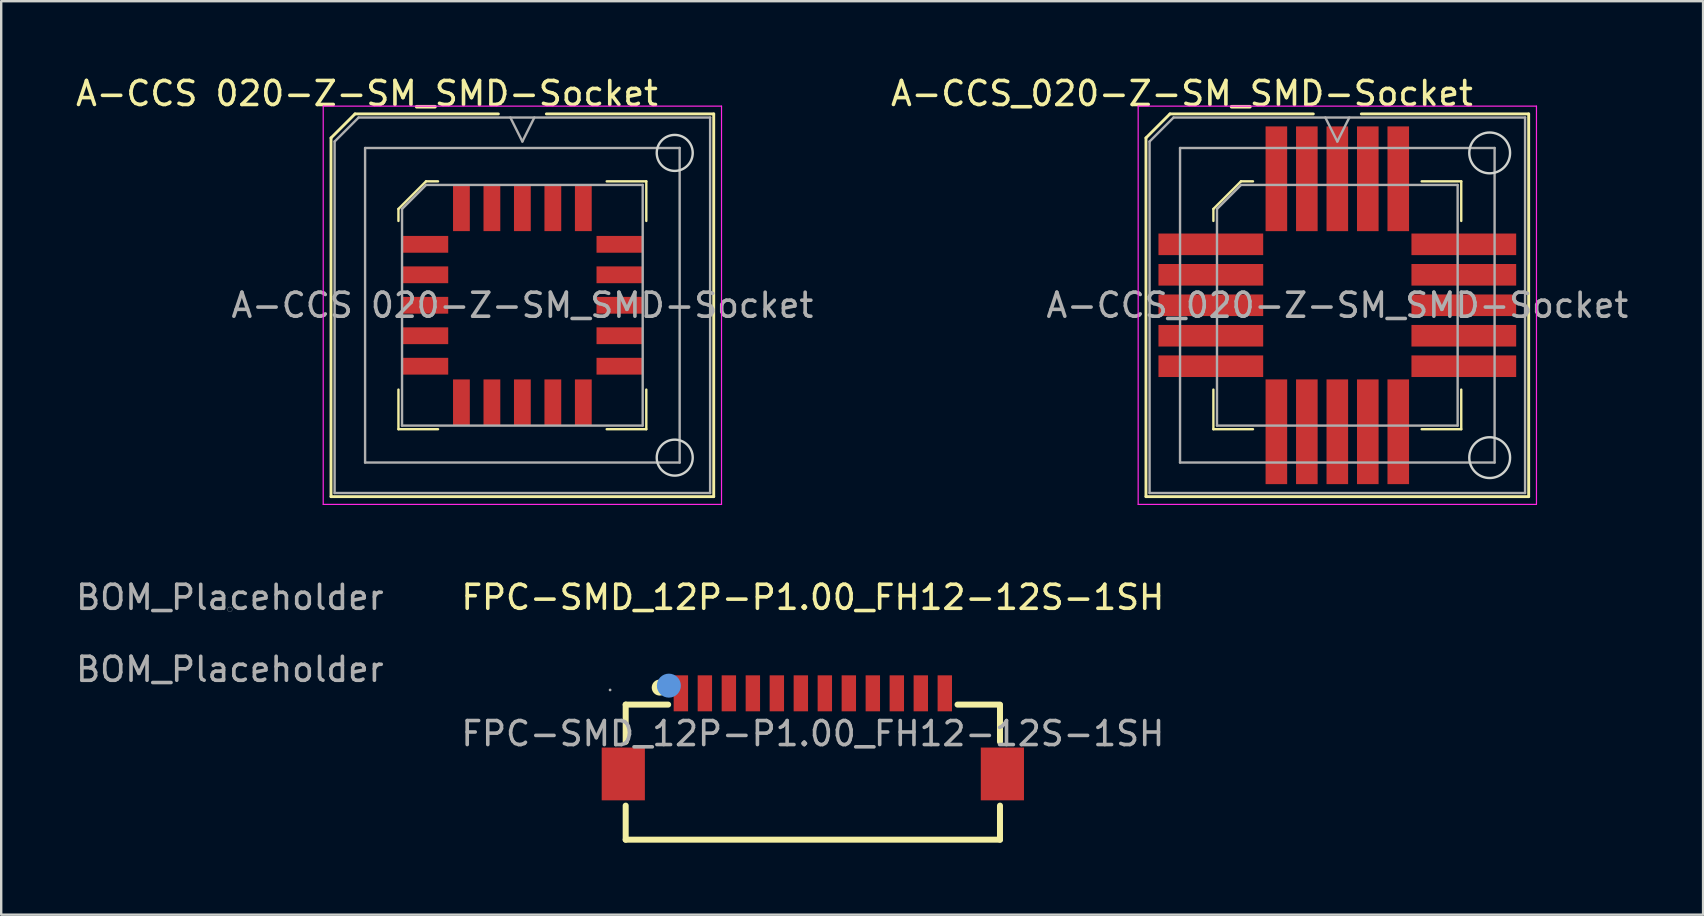
<source format=kicad_pcb>
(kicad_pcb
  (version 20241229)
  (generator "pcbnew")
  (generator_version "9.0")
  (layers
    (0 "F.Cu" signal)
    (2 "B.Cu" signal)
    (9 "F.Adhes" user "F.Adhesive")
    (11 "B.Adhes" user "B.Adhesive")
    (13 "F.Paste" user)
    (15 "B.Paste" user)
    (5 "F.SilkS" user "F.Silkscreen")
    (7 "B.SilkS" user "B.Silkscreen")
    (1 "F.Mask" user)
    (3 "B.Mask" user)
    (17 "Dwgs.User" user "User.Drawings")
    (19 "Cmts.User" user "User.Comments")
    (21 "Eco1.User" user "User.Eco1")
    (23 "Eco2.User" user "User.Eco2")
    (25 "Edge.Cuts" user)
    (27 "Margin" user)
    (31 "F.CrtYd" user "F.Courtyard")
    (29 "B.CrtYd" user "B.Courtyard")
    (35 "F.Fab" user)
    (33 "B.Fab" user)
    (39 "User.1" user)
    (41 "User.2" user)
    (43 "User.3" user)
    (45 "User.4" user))
  (footprint "FPC-SMD_12P-P1.00_FH12-12S-1SH"
    (layer "F.Cu")
    (at 30.827 27.526)
    (property "Reference" "FPC-SMD_12P-P1.00_FH12-12S-1SH" (at 0 -5.68 0) (layer "F.SilkS") (effects (font (size 1 1) (thickness 0.15))))
    (attr through_hole)
    (fp_line (start -7.8 -1.21) (end -6.03 -1.21) (stroke (width 0.25) (type solid)) (layer "F.SilkS"))
    (fp_line (start -7.8 0.34) (end -7.8 -1.21) (stroke (width 0.25) (type solid)) (layer "F.SilkS"))
    (fp_line (start -7.8 4.42) (end -7.8 3) (stroke (width 0.25) (type solid)) (layer "F.SilkS"))
    (fp_line (start 6.03 -1.21) (end 7.8 -1.21) (stroke (width 0.25) (type solid)) (layer "F.SilkS"))
    (fp_line (start 7.8 -1.18) (end 7.8 0.34) (stroke (width 0.25) (type solid)) (layer "F.SilkS"))
    (fp_line (start 7.8 3) (end 7.8 4.42) (stroke (width 0.25) (type solid)) (layer "F.SilkS"))
    (fp_line (start 7.8 4.42) (end -7.8 4.42) (stroke (width 0.25) (type solid)) (layer "F.SilkS"))
    (fp_circle (center -6.38 -1.92) (end -6.17 -1.92) (stroke (width 0.25) (type solid)) (fill no) (layer "F.SilkS"))
    (fp_circle (center -6 -2) (end -5.75 -2) (stroke (width 0.5) (type solid)) (fill no) (layer "Cmts.User"))
    (fp_circle (center -8.45 -1.82) (end -8.42 -1.82) (stroke (width 0.06) (type solid)) (fill no) (layer "F.Fab"))
    (fp_text user "${REFERENCE}" (at 0 0 0) (layer "F.Fab") (effects (font (size 1 1) (thickness 0.15))))
    (pad "1" smd rect (at -5.5 -1.68) (size 0.6 1.5) (layers "F.Cu" "F.Mask" "F.Paste"))
    (pad "2" smd rect (at -4.5 -1.68) (size 0.6 1.5) (layers "F.Cu" "F.Mask" "F.Paste"))
    (pad "3" smd rect (at -3.5 -1.68) (size 0.6 1.5) (layers "F.Cu" "F.Mask" "F.Paste"))
    (pad "4" smd rect (at -2.5 -1.68) (size 0.6 1.5) (layers "F.Cu" "F.Mask" "F.Paste"))
    (pad "5" smd rect (at -1.5 -1.68) (size 0.6 1.5) (layers "F.Cu" "F.Mask" "F.Paste"))
    (pad "6" smd rect (at -0.5 -1.68) (size 0.6 1.5) (layers "F.Cu" "F.Mask" "F.Paste"))
    (pad "7" smd rect (at 0.5 -1.68) (size 0.6 1.5) (layers "F.Cu" "F.Mask" "F.Paste"))
    (pad "8" smd rect (at 1.5 -1.68) (size 0.6 1.5) (layers "F.Cu" "F.Mask" "F.Paste"))
    (pad "9" smd rect (at 2.5 -1.68) (size 0.6 1.5) (layers "F.Cu" "F.Mask" "F.Paste"))
    (pad "10" smd rect (at 3.5 -1.68) (size 0.6 1.5) (layers "F.Cu" "F.Mask" "F.Paste"))
    (pad "11" smd rect (at 4.5 -1.68) (size 0.6 1.5) (layers "F.Cu" "F.Mask" "F.Paste"))
    (pad "12" smd rect (at 5.5 -1.68) (size 0.6 1.5) (layers "F.Cu" "F.Mask" "F.Paste"))
    (pad "13" smd rect (at 7.9 1.68) (size 1.8 2.2) (layers "F.Cu" "F.Mask" "F.Paste"))
    (pad "14" smd rect (at -7.9 1.68) (size 1.8 2.2) (layers "F.Cu" "F.Mask" "F.Paste")))
  (footprint "A-CCS_020-Z-SM_SMD-Socket"
    (layer "F.Cu")
    (at 52.686 9.673)
    (property "Reference" "A-CCS_020-Z-SM_SMD-Socket" (at -6.477 -8.825 0) (layer "F.SilkS") (effects (font (size 1 1) (thickness 0.15))))
    (attr smd)
    (fp_line (start -7.975 -6.975) (end -7.975 7.975) (stroke (width 0.12) (type solid)) (layer "F.SilkS"))
    (fp_line (start -7.975 7.975) (end 7.975 7.975) (stroke (width 0.12) (type solid)) (layer "F.SilkS"))
    (fp_line (start -6.975 -7.975) (end -7.975 -6.975) (stroke (width 0.12) (type solid)) (layer "F.SilkS"))
    (fp_line (start -5.165 -4.015) (end -5.165 -3.515) (stroke (width 0.1) (type solid)) (layer "F.SilkS"))
    (fp_line (start -5.165 5.165) (end -5.165 3.515) (stroke (width 0.1) (type solid)) (layer "F.SilkS"))
    (fp_line (start -4.015 -5.165) (end -5.165 -4.015) (stroke (width 0.1) (type solid)) (layer "F.SilkS"))
    (fp_line (start -3.515 -5.165) (end -4.015 -5.165) (stroke (width 0.1) (type solid)) (layer "F.SilkS"))
    (fp_line (start -3.515 5.165) (end -5.165 5.165) (stroke (width 0.1) (type solid)) (layer "F.SilkS"))
    (fp_line (start -1 -7.975) (end -6.975 -7.975) (stroke (width 0.12) (type solid)) (layer "F.SilkS"))
    (fp_line (start 3.515 -5.165) (end 5.165 -5.165) (stroke (width 0.1) (type solid)) (layer "F.SilkS"))
    (fp_line (start 3.515 5.165) (end 5.165 5.165) (stroke (width 0.1) (type solid)) (layer "F.SilkS"))
    (fp_line (start 5.165 -5.165) (end 5.165 -3.515) (stroke (width 0.1) (type solid)) (layer "F.SilkS"))
    (fp_line (start 5.165 5.165) (end 5.165 3.515) (stroke (width 0.1) (type solid)) (layer "F.SilkS"))
    (fp_line (start 7.975 -7.975) (end 1 -7.975) (stroke (width 0.12) (type solid)) (layer "F.SilkS"))
    (fp_line (start 7.975 7.975) (end 7.975 -7.975) (stroke (width 0.12) (type solid)) (layer "F.SilkS"))
    (fp_circle (center 6.35 -6.35) (end 7.2 -6.35) (stroke (width 0.1) (type solid)) (fill no) (layer "Edge.Cuts"))
    (fp_circle (center 6.35 6.35) (end 7.2 6.35) (stroke (width 0.1) (type solid)) (fill no) (layer "Edge.Cuts"))
    (fp_line (start -8.3 -8.3) (end -8.3 8.3) (stroke (width 0.05) (type solid)) (layer "F.CrtYd"))
    (fp_line (start -8.3 8.3) (end 8.3 8.3) (stroke (width 0.05) (type solid)) (layer "F.CrtYd"))
    (fp_line (start 8.3 -8.3) (end -8.3 -8.3) (stroke (width 0.05) (type solid)) (layer "F.CrtYd"))
    (fp_line (start 8.3 8.3) (end 8.3 -8.3) (stroke (width 0.05) (type solid)) (layer "F.CrtYd"))
    (fp_line (start -7.825 -6.825) (end -7.825 7.825) (stroke (width 0.1) (type solid)) (layer "F.Fab"))
    (fp_line (start -7.825 7.825) (end 7.825 7.825) (stroke (width 0.1) (type solid)) (layer "F.Fab"))
    (fp_line (start -6.825 -7.825) (end -7.825 -6.825) (stroke (width 0.1) (type solid)) (layer "F.Fab"))
    (fp_line (start -6.555 -6.555) (end -6.555 6.555) (stroke (width 0.1) (type solid)) (layer "F.Fab"))
    (fp_line (start -6.555 6.555) (end 6.555 6.555) (stroke (width 0.1) (type solid)) (layer "F.Fab"))
    (fp_line (start -5.015 -4.015) (end -5.015 5.015) (stroke (width 0.1) (type solid)) (layer "F.Fab"))
    (fp_line (start -5.015 5.015) (end 5.015 5.015) (stroke (width 0.1) (type solid)) (layer "F.Fab"))
    (fp_line (start -4.015 -5.015) (end -5.015 -4.015) (stroke (width 0.1) (type solid)) (layer "F.Fab"))
    (fp_line (start -0.5 -7.825) (end 0 -6.825) (stroke (width 0.1) (type solid)) (layer "F.Fab"))
    (fp_line (start 0 -6.825) (end 0.5 -7.825) (stroke (width 0.1) (type solid)) (layer "F.Fab"))
    (fp_line (start 5.015 -5.015) (end -4.015 -5.015) (stroke (width 0.1) (type solid)) (layer "F.Fab"))
    (fp_line (start 5.015 5.015) (end 5.015 -5.015) (stroke (width 0.1) (type solid)) (layer "F.Fab"))
    (fp_line (start 6.555 -6.555) (end -6.555 -6.555) (stroke (width 0.1) (type solid)) (layer "F.Fab"))
    (fp_line (start 6.555 6.555) (end 6.555 -6.555) (stroke (width 0.1) (type solid)) (layer "F.Fab"))
    (fp_line (start 7.825 -7.825) (end -6.825 -7.825) (stroke (width 0.1) (type solid)) (layer "F.Fab"))
    (fp_line (start 7.825 7.825) (end 7.825 -7.825) (stroke (width 0.1) (type solid)) (layer "F.Fab"))
    (fp_text user "${REFERENCE}" (at 0 0 0) (layer "F.Fab") (effects (font (size 1 1) (thickness 0.15))))
    (pad "1" smd rect (at 0 -5.272) (size 0.9 4.365) (layers "F.Cu" "F.Mask" "F.Paste"))
    (pad "2" smd rect (at -1.27 -5.272) (size 0.9 4.365) (layers "F.Cu" "F.Mask" "F.Paste"))
    (pad "3" smd rect (at -2.54 -5.272) (size 0.9 4.365) (layers "F.Cu" "F.Mask" "F.Paste"))
    (pad "4" smd rect (at -5.272 -2.54) (size 4.365 0.9) (layers "F.Cu" "F.Mask" "F.Paste"))
    (pad "5" smd rect (at -5.272 -1.27) (size 4.365 0.9) (layers "F.Cu" "F.Mask" "F.Paste"))
    (pad "6" smd rect (at -5.272 0) (size 4.365 0.9) (layers "F.Cu" "F.Mask" "F.Paste"))
    (pad "7" smd rect (at -5.272 1.27) (size 4.365 0.9) (layers "F.Cu" "F.Mask" "F.Paste"))
    (pad "8" smd rect (at -5.272 2.54) (size 4.365 0.9) (layers "F.Cu" "F.Mask" "F.Paste"))
    (pad "9" smd rect (at -2.54 5.272) (size 0.9 4.365) (layers "F.Cu" "F.Mask" "F.Paste"))
    (pad "10" smd rect (at -1.27 5.272) (size 0.9 4.365) (layers "F.Cu" "F.Mask" "F.Paste"))
    (pad "11" smd rect (at 0 5.272) (size 0.9 4.365) (layers "F.Cu" "F.Mask" "F.Paste"))
    (pad "12" smd rect (at 1.27 5.272) (size 0.9 4.365) (layers "F.Cu" "F.Mask" "F.Paste"))
    (pad "13" smd rect (at 2.54 5.272) (size 0.9 4.365) (layers "F.Cu" "F.Mask" "F.Paste"))
    (pad "14" smd rect (at 5.272 2.54) (size 4.365 0.9) (layers "F.Cu" "F.Mask" "F.Paste"))
    (pad "15" smd rect (at 5.272 1.27) (size 4.365 0.9) (layers "F.Cu" "F.Mask" "F.Paste"))
    (pad "16" smd rect (at 5.272 0) (size 4.365 0.9) (layers "F.Cu" "F.Mask" "F.Paste"))
    (pad "17" smd rect (at 5.272 -1.27) (size 4.365 0.9) (layers "F.Cu" "F.Mask" "F.Paste"))
    (pad "18" smd rect (at 5.272 -2.54) (size 4.365 0.9) (layers "F.Cu" "F.Mask" "F.Paste"))
    (pad "19" smd rect (at 2.54 -5.272) (size 0.9 4.365) (layers "F.Cu" "F.Mask" "F.Paste"))
    (pad "20" smd rect (at 1.27 -5.272) (size 0.9 4.365) (layers "F.Cu" "F.Mask" "F.Paste")))
  (footprint "A-CCS 020-Z-SM_SMD-Socket"
    (layer "F.Cu")
    (at 18.721 9.673)
    (property "Reference" "A-CCS 020-Z-SM_SMD-Socket" (at -6.477 -8.825 0) (layer "F.SilkS") (effects (font (size 1 1) (thickness 0.15))))
    (attr smd)
    (fp_line (start -7.975 -6.975) (end -7.975 7.975) (stroke (width 0.12) (type solid)) (layer "F.SilkS"))
    (fp_line (start -7.975 7.975) (end 7.975 7.975) (stroke (width 0.12) (type solid)) (layer "F.SilkS"))
    (fp_line (start -6.975 -7.975) (end -7.975 -6.975) (stroke (width 0.12) (type solid)) (layer "F.SilkS"))
    (fp_line (start -5.165 -4.015) (end -5.165 -3.515) (stroke (width 0.1) (type solid)) (layer "F.SilkS"))
    (fp_line (start -5.165 5.165) (end -5.165 3.515) (stroke (width 0.1) (type solid)) (layer "F.SilkS"))
    (fp_line (start -4.015 -5.165) (end -5.165 -4.015) (stroke (width 0.1) (type solid)) (layer "F.SilkS"))
    (fp_line (start -3.515 -5.165) (end -4.015 -5.165) (stroke (width 0.1) (type solid)) (layer "F.SilkS"))
    (fp_line (start -3.515 5.165) (end -5.165 5.165) (stroke (width 0.1) (type solid)) (layer "F.SilkS"))
    (fp_line (start -1 -7.975) (end -6.975 -7.975) (stroke (width 0.12) (type solid)) (layer "F.SilkS"))
    (fp_line (start 3.515 -5.165) (end 5.165 -5.165) (stroke (width 0.1) (type solid)) (layer "F.SilkS"))
    (fp_line (start 3.515 5.165) (end 5.165 5.165) (stroke (width 0.1) (type solid)) (layer "F.SilkS"))
    (fp_line (start 5.165 -5.165) (end 5.165 -3.515) (stroke (width 0.1) (type solid)) (layer "F.SilkS"))
    (fp_line (start 5.165 5.165) (end 5.165 3.515) (stroke (width 0.1) (type solid)) (layer "F.SilkS"))
    (fp_line (start 7.975 -7.975) (end 1 -7.975) (stroke (width 0.12) (type solid)) (layer "F.SilkS"))
    (fp_line (start 7.975 7.975) (end 7.975 -7.975) (stroke (width 0.12) (type solid)) (layer "F.SilkS"))
    (fp_circle (center 6.35 -6.35) (end 7.1 -6.35) (stroke (width 0.1) (type solid)) (fill no) (layer "Edge.Cuts"))
    (fp_circle (center 6.35 6.35) (end 7.1 6.35) (stroke (width 0.1) (type solid)) (fill no) (layer "Edge.Cuts"))
    (fp_line (start -8.3 -8.3) (end -8.3 8.3) (stroke (width 0.05) (type solid)) (layer "F.CrtYd"))
    (fp_line (start -8.3 8.3) (end 8.3 8.3) (stroke (width 0.05) (type solid)) (layer "F.CrtYd"))
    (fp_line (start 8.3 -8.3) (end -8.3 -8.3) (stroke (width 0.05) (type solid)) (layer "F.CrtYd"))
    (fp_line (start 8.3 8.3) (end 8.3 -8.3) (stroke (width 0.05) (type solid)) (layer "F.CrtYd"))
    (fp_line (start -7.825 -6.825) (end -7.825 7.825) (stroke (width 0.1) (type solid)) (layer "F.Fab"))
    (fp_line (start -7.825 7.825) (end 7.825 7.825) (stroke (width 0.1) (type solid)) (layer "F.Fab"))
    (fp_line (start -6.825 -7.825) (end -7.825 -6.825) (stroke (width 0.1) (type solid)) (layer "F.Fab"))
    (fp_line (start -6.555 -6.555) (end -6.555 6.555) (stroke (width 0.1) (type solid)) (layer "F.Fab"))
    (fp_line (start -6.555 6.555) (end 6.555 6.555) (stroke (width 0.1) (type solid)) (layer "F.Fab"))
    (fp_line (start -5.015 -4.015) (end -5.015 5.015) (stroke (width 0.1) (type solid)) (layer "F.Fab"))
    (fp_line (start -5.015 5.015) (end 5.015 5.015) (stroke (width 0.1) (type solid)) (layer "F.Fab"))
    (fp_line (start -4.015 -5.015) (end -5.015 -4.015) (stroke (width 0.1) (type solid)) (layer "F.Fab"))
    (fp_line (start -0.5 -7.825) (end 0 -6.825) (stroke (width 0.1) (type solid)) (layer "F.Fab"))
    (fp_line (start 0 -6.825) (end 0.5 -7.825) (stroke (width 0.1) (type solid)) (layer "F.Fab"))
    (fp_line (start 5.015 -5.015) (end -4.015 -5.015) (stroke (width 0.1) (type solid)) (layer "F.Fab"))
    (fp_line (start 5.015 5.015) (end 5.015 -5.015) (stroke (width 0.1) (type solid)) (layer "F.Fab"))
    (fp_line (start 6.555 -6.555) (end -6.555 -6.555) (stroke (width 0.1) (type solid)) (layer "F.Fab"))
    (fp_line (start 6.555 6.555) (end 6.555 -6.555) (stroke (width 0.1) (type solid)) (layer "F.Fab"))
    (fp_line (start 7.825 -7.825) (end -6.825 -7.825) (stroke (width 0.1) (type solid)) (layer "F.Fab"))
    (fp_line (start 7.825 7.825) (end 7.825 -7.825) (stroke (width 0.1) (type solid)) (layer "F.Fab"))
    (fp_text user "${REFERENCE}" (at 0 0 0) (layer "F.Fab") (effects (font (size 1 1) (thickness 0.15))))
    (pad "1" smd rect (at 0 -4.053) (size 0.7 1.925) (layers "F.Cu" "F.Mask" "F.Paste"))
    (pad "2" smd rect (at -1.27 -4.053) (size 0.7 1.925) (layers "F.Cu" "F.Mask" "F.Paste"))
    (pad "3" smd rect (at -2.54 -4.053) (size 0.7 1.925) (layers "F.Cu" "F.Mask" "F.Paste"))
    (pad "4" smd rect (at -4.053 -2.54) (size 1.925 0.7) (layers "F.Cu" "F.Mask" "F.Paste"))
    (pad "5" smd rect (at -4.053 -1.27) (size 1.925 0.7) (layers "F.Cu" "F.Mask" "F.Paste"))
    (pad "6" smd rect (at -4.053 0) (size 1.925 0.7) (layers "F.Cu" "F.Mask" "F.Paste"))
    (pad "7" smd rect (at -4.053 1.27) (size 1.925 0.7) (layers "F.Cu" "F.Mask" "F.Paste"))
    (pad "8" smd rect (at -4.053 2.54) (size 1.925 0.7) (layers "F.Cu" "F.Mask" "F.Paste"))
    (pad "9" smd rect (at -2.54 4.053) (size 0.7 1.925) (layers "F.Cu" "F.Mask" "F.Paste"))
    (pad "10" smd rect (at -1.27 4.053) (size 0.7 1.925) (layers "F.Cu" "F.Mask" "F.Paste"))
    (pad "11" smd rect (at 0 4.053) (size 0.7 1.925) (layers "F.Cu" "F.Mask" "F.Paste"))
    (pad "12" smd rect (at 1.27 4.053) (size 0.7 1.925) (layers "F.Cu" "F.Mask" "F.Paste"))
    (pad "13" smd rect (at 2.54 4.053) (size 0.7 1.925) (layers "F.Cu" "F.Mask" "F.Paste"))
    (pad "14" smd rect (at 4.053 2.54) (size 1.925 0.7) (layers "F.Cu" "F.Mask" "F.Paste"))
    (pad "15" smd rect (at 4.053 1.27) (size 1.925 0.7) (layers "F.Cu" "F.Mask" "F.Paste"))
    (pad "16" smd rect (at 4.053 0) (size 1.925 0.7) (layers "F.Cu" "F.Mask" "F.Paste"))
    (pad "17" smd rect (at 4.053 -1.27) (size 1.925 0.7) (layers "F.Cu" "F.Mask" "F.Paste"))
    (pad "18" smd rect (at 4.053 -2.54) (size 1.925 0.7) (layers "F.Cu" "F.Mask" "F.Paste"))
    (pad "19" smd rect (at 2.54 -4.053) (size 0.7 1.925) (layers "F.Cu" "F.Mask" "F.Paste"))
    (pad "20" smd rect (at 1.27 -4.053) (size 0.7 1.925) (layers "F.Cu" "F.Mask" "F.Paste")))
  (footprint "BOM_Placeholder"
    (layer "F.Cu")
    (at 6.53 22.346)
    (property "Reference" "BOM_Placeholder" (at 0 -0.5 0) (unlocked yes) (layer "F.Fab") (effects (font (size 1 1) (thickness 0.15))))
    (attr exclude_from_pos_files)
    (fp_circle (center 0 0) (end 0.1 0) (stroke (width 0.01) (type solid)) (fill no) (layer "Dwgs.User"))
    (fp_text user "${REFERENCE}" (at 0 2.5 0) (unlocked yes) (layer "F.Fab") (effects (font (size 1 1) (thickness 0.15)))))
  (gr_rect
    (start -3 -3)
    (end 67.93 35.072)
    (stroke (width 0.1) (type default))
    (fill no)
    (layer "Edge.Cuts")))
</source>
